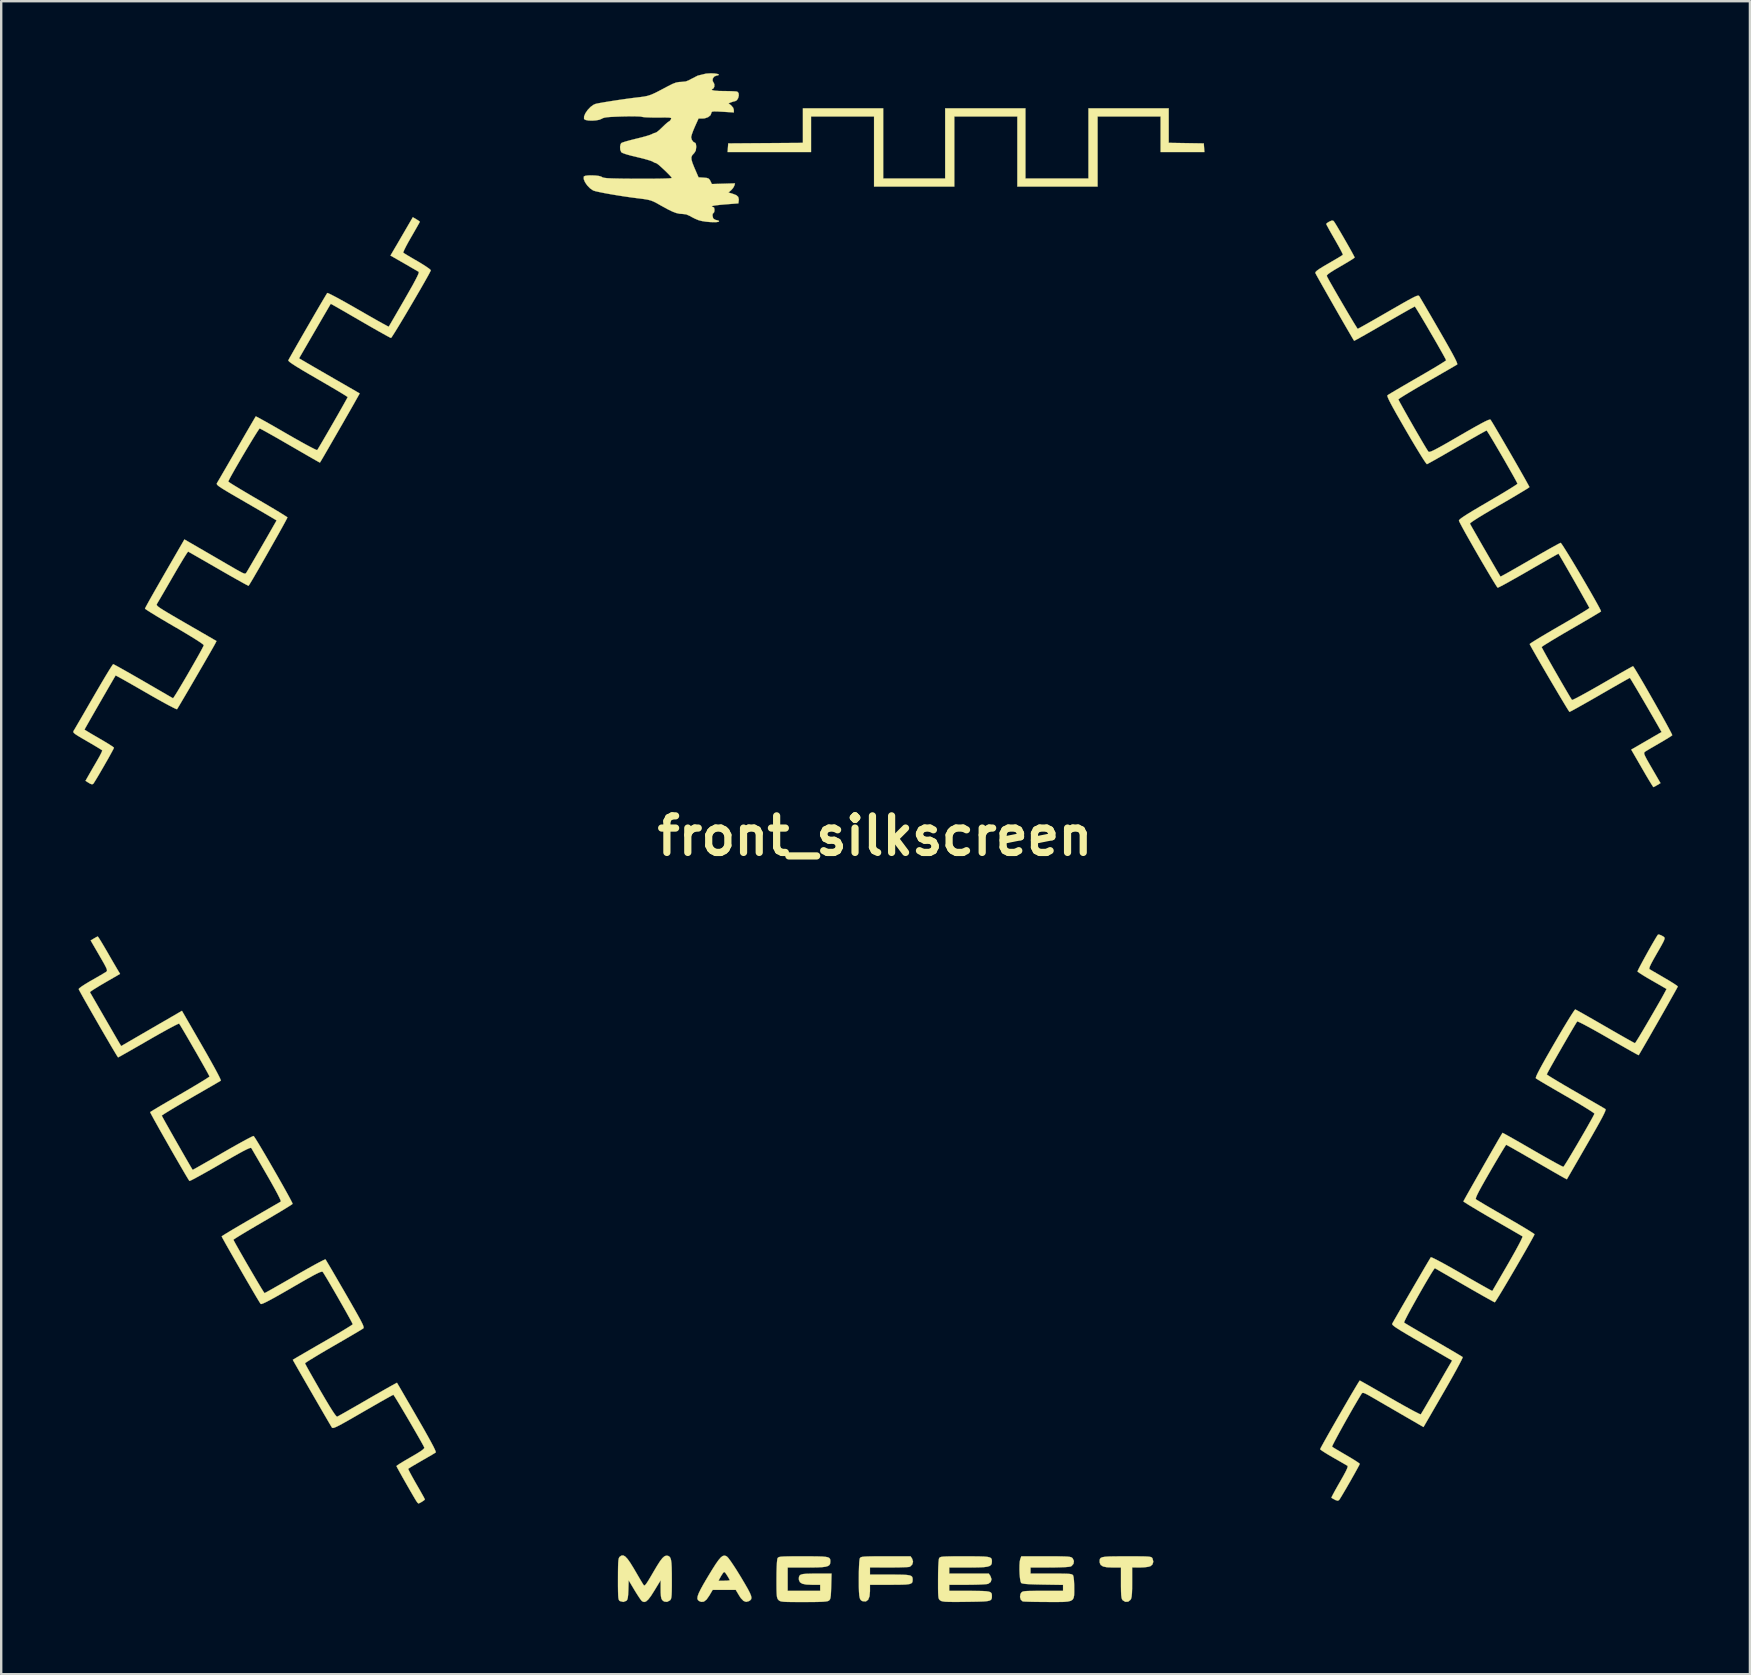
<source format=kicad_pcb>
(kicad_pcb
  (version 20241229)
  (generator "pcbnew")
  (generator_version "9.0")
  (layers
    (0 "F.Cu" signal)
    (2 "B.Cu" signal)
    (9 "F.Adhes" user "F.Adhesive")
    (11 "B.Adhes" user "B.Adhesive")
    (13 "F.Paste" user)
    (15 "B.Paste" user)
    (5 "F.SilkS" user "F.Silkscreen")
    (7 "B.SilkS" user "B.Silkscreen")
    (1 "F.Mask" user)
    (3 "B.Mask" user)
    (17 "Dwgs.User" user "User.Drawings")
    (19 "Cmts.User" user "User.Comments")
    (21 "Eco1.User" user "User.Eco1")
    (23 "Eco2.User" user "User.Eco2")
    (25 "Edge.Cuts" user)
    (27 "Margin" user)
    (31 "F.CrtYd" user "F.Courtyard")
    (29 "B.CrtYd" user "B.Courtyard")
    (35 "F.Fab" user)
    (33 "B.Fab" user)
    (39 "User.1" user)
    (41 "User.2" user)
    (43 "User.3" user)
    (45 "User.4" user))
  (footprint "front_silkscreen"
    (layer "F.Cu")
    (at 33.406 31.774)
    (property "Reference" "front_silkscreen" (at 0 0 0) (layer "F.SilkS") (effects (font (size 1.524 1.524) (thickness 0.3))))
    (attr through_hole)
    (fp_poly (pts (xy 0.339 -27.39) (xy 2.921 -27.39) (xy 2.921 -30.311) (xy 6.265 -30.311) (xy 6.265 -27.39) (xy 8.89 -27.39) (xy 8.89 -30.311) (xy 12.234 -30.311) (xy 12.234 -28.873) (xy 13.695 -28.85) (xy 13.708 -28.67) (xy 13.721 -28.49) (xy 11.896 -28.49) (xy 11.896 -29.972) (xy 9.271 -29.972) (xy 9.271 -27.051) (xy 5.927 -27.051) (xy 5.927 -29.972) (xy 3.302 -29.972) (xy 3.302 -27.051) (xy -0.042 -27.051) (xy -0.042 -29.972) (xy -2.667 -29.972) (xy -2.667 -28.49) (xy -6.143 -28.49) (xy -6.13 -28.67) (xy -6.117 -28.85) (xy -3.006 -28.872) (xy -3.006 -30.311) (xy 0.339 -30.311) (xy 0.339 -27.39)) (stroke (width 0.01) (type solid)) (fill yes) (layer "F.SilkS"))
    (fp_poly (pts (xy 10.806 30.015) (xy 11.052 30.016) (xy 11.235 30.019) (xy 11.365 30.025) (xy 11.451 30.035) (xy 11.504 30.049) (xy 11.535 30.069) (xy 11.554 30.094) (xy 11.558 30.101) (xy 11.593 30.237) (xy 11.555 30.356) (xy 11.472 30.425) (xy 11.379 30.451) (xy 11.231 30.471) (xy 11.059 30.479) (xy 11.038 30.479) (xy 10.71 30.48) (xy 10.71 31.106) (xy 10.709 31.365) (xy 10.702 31.553) (xy 10.69 31.684) (xy 10.671 31.77) (xy 10.644 31.825) (xy 10.546 31.903) (xy 10.427 31.91) (xy 10.318 31.845) (xy 10.315 31.842) (xy 10.287 31.799) (xy 10.268 31.732) (xy 10.255 31.627) (xy 10.248 31.472) (xy 10.245 31.251) (xy 10.245 31.122) (xy 10.245 30.48) (xy 9.894 30.48) (xy 9.66 30.47) (xy 9.499 30.437) (xy 9.402 30.376) (xy 9.36 30.283) (xy 9.356 30.232) (xy 9.358 30.167) (xy 9.372 30.116) (xy 9.407 30.078) (xy 9.473 30.051) (xy 9.578 30.033) (xy 9.732 30.022) (xy 9.946 30.017) (xy 10.227 30.015) (xy 10.484 30.014) (xy 10.806 30.015)) (stroke (width 0.01) (type solid)) (fill yes) (layer "F.SilkS"))
    (fp_poly (pts (xy -6.216 29.999) (xy -6.168 30.026) (xy -6.114 30.083) (xy -6.026 30.201) (xy -5.912 30.368) (xy -5.779 30.572) (xy -5.636 30.803) (xy -5.588 30.881) (xy -5.423 31.16) (xy -5.299 31.376) (xy -5.215 31.539) (xy -5.166 31.658) (xy -5.15 31.744) (xy -5.164 31.804) (xy -5.205 31.849) (xy -5.256 31.881) (xy -5.372 31.912) (xy -5.481 31.871) (xy -5.593 31.755) (xy -5.664 31.646) (xy -5.804 31.411) (xy -6.764 31.411) (xy -6.908 31.655) (xy -7.023 31.818) (xy -7.133 31.902) (xy -7.245 31.912) (xy -7.334 31.875) (xy -7.382 31.832) (xy -7.403 31.77) (xy -7.392 31.681) (xy -7.348 31.556) (xy -7.266 31.388) (xy -7.144 31.167) (xy -7.063 31.03) (xy -6.522 31.03) (xy -6.288 31.03) (xy -6.16 31.027) (xy -6.075 31.017) (xy -6.054 31.008) (xy -6.074 30.963) (xy -6.127 30.871) (xy -6.165 30.81) (xy -6.233 30.708) (xy -6.275 30.668) (xy -6.309 30.681) (xy -6.338 30.716) (xy -6.404 30.815) (xy -6.46 30.914) (xy -6.522 31.03) (xy -7.063 31.03) (xy -6.978 30.885) (xy -6.951 30.84) (xy -6.775 30.551) (xy -6.634 30.33) (xy -6.52 30.169) (xy -6.428 30.062) (xy -6.351 30.003) (xy -6.282 29.984) (xy -6.216 29.999)) (stroke (width 0.01) (type solid)) (fill yes) (layer "F.SilkS"))
    (fp_poly (pts (xy 1.546 30.115) (xy 1.582 30.235) (xy 1.551 30.353) (xy 1.466 30.438) (xy 1.424 30.455) (xy 1.353 30.462) (xy 1.214 30.469) (xy 1.021 30.475) (xy 0.789 30.478) (xy 0.561 30.479) (xy -0.212 30.48) (xy -0.212 30.776) (xy 0.627 30.776) (xy 0.932 30.777) (xy 1.163 30.781) (xy 1.33 30.791) (xy 1.443 30.809) (xy 1.513 30.837) (xy 1.55 30.877) (xy 1.564 30.933) (xy 1.566 30.988) (xy 1.562 31.057) (xy 1.544 31.109) (xy 1.501 31.146) (xy 1.422 31.172) (xy 1.298 31.188) (xy 1.118 31.196) (xy 0.871 31.199) (xy 0.627 31.2) (xy -0.212 31.2) (xy -0.212 31.467) (xy -0.231 31.68) (xy -0.288 31.823) (xy -0.381 31.893) (xy -0.508 31.887) (xy -0.508 31.887) (xy -0.565 31.862) (xy -0.608 31.821) (xy -0.638 31.752) (xy -0.658 31.644) (xy -0.67 31.485) (xy -0.676 31.265) (xy -0.677 30.972) (xy -0.677 30.956) (xy -0.675 30.68) (xy -0.668 30.443) (xy -0.658 30.257) (xy -0.644 30.136) (xy -0.634 30.096) (xy -0.616 30.071) (xy -0.586 30.051) (xy -0.534 30.037) (xy -0.45 30.027) (xy -0.324 30.02) (xy -0.144 30.016) (xy 0.098 30.015) (xy 0.415 30.014) (xy 0.445 30.014) (xy 1.48 30.014) (xy 1.546 30.115)) (stroke (width 0.01) (type solid)) (fill yes) (layer "F.SilkS"))
    (fp_poly (pts (xy -2.654 30.015) (xy -2.391 30.018) (xy -2.194 30.024) (xy -2.053 30.037) (xy -1.959 30.057) (xy -1.903 30.087) (xy -1.874 30.128) (xy -1.864 30.182) (xy -1.863 30.232) (xy -1.87 30.312) (xy -1.898 30.372) (xy -1.957 30.416) (xy -2.057 30.447) (xy -2.207 30.466) (xy -2.418 30.476) (xy -2.699 30.48) (xy -2.846 30.48) (xy -3.641 30.48) (xy -3.641 31.454) (xy -2.286 31.454) (xy -2.286 31.2) (xy -2.636 31.2) (xy -2.87 31.19) (xy -3.031 31.156) (xy -3.128 31.095) (xy -3.171 31.003) (xy -3.175 30.952) (xy -3.17 30.873) (xy -3.145 30.816) (xy -3.091 30.777) (xy -2.995 30.752) (xy -2.845 30.74) (xy -2.629 30.735) (xy -2.443 30.734) (xy -1.813 30.734) (xy -1.827 31.267) (xy -1.835 31.492) (xy -1.844 31.647) (xy -1.859 31.749) (xy -1.88 31.811) (xy -1.912 31.85) (xy -1.924 31.859) (xy -1.968 31.88) (xy -2.046 31.895) (xy -2.166 31.906) (xy -2.34 31.913) (xy -2.575 31.918) (xy -2.884 31.919) (xy -2.971 31.919) (xy -3.283 31.919) (xy -3.521 31.917) (xy -3.696 31.913) (xy -3.821 31.906) (xy -3.905 31.894) (xy -3.96 31.878) (xy -3.998 31.856) (xy -4.022 31.835) (xy -4.052 31.799) (xy -4.073 31.753) (xy -4.089 31.684) (xy -4.098 31.579) (xy -4.104 31.426) (xy -4.106 31.212) (xy -4.106 30.964) (xy -4.104 30.685) (xy -4.097 30.447) (xy -4.087 30.26) (xy -4.073 30.137) (xy -4.063 30.096) (xy -4.045 30.071) (xy -4.015 30.051) (xy -3.963 30.036) (xy -3.879 30.026) (xy -3.752 30.02) (xy -3.571 30.016) (xy -3.328 30.015) (xy -3.01 30.014) (xy -2.991 30.014) (xy -2.654 30.015)) (stroke (width 0.01) (type solid)) (fill yes) (layer "F.SilkS"))
    (fp_poly (pts (xy 4.077 30.015) (xy 4.34 30.018) (xy 4.537 30.024) (xy 4.678 30.037) (xy 4.772 30.057) (xy 4.828 30.087) (xy 4.857 30.128) (xy 4.867 30.182) (xy 4.868 30.232) (xy 4.861 30.312) (xy 4.833 30.372) (xy 4.774 30.416) (xy 4.674 30.447) (xy 4.524 30.466) (xy 4.313 30.476) (xy 4.032 30.48) (xy 3.885 30.48) (xy 3.09 30.48) (xy 3.09 30.734) (xy 4.739 30.734) (xy 4.807 30.838) (xy 4.852 30.966) (xy 4.821 31.079) (xy 4.72 31.157) (xy 4.714 31.16) (xy 4.638 31.173) (xy 4.494 31.184) (xy 4.297 31.193) (xy 4.064 31.198) (xy 3.85 31.2) (xy 3.09 31.2) (xy 3.09 31.454) (xy 3.929 31.454) (xy 4.234 31.455) (xy 4.465 31.459) (xy 4.632 31.469) (xy 4.745 31.486) (xy 4.815 31.514) (xy 4.852 31.554) (xy 4.866 31.61) (xy 4.868 31.663) (xy 4.866 31.735) (xy 4.854 31.791) (xy 4.823 31.832) (xy 4.763 31.862) (xy 4.664 31.882) (xy 4.517 31.895) (xy 4.311 31.902) (xy 4.037 31.907) (xy 3.801 31.91) (xy 3.479 31.914) (xy 3.232 31.914) (xy 3.047 31.911) (xy 2.914 31.905) (xy 2.823 31.893) (xy 2.762 31.877) (xy 2.721 31.856) (xy 2.72 31.855) (xy 2.687 31.829) (xy 2.662 31.795) (xy 2.645 31.743) (xy 2.635 31.658) (xy 2.628 31.531) (xy 2.625 31.347) (xy 2.625 31.095) (xy 2.625 30.983) (xy 2.627 30.699) (xy 2.634 30.457) (xy 2.644 30.267) (xy 2.657 30.141) (xy 2.668 30.096) (xy 2.686 30.071) (xy 2.716 30.051) (xy 2.768 30.036) (xy 2.852 30.026) (xy 2.979 30.02) (xy 3.16 30.016) (xy 3.403 30.015) (xy 3.721 30.014) (xy 3.74 30.014) (xy 4.077 30.015)) (stroke (width 0.01) (type solid)) (fill yes) (layer "F.SilkS"))
    (fp_poly (pts (xy 7.449 30.015) (xy 7.698 30.016) (xy 7.883 30.02) (xy 8.016 30.026) (xy 8.107 30.037) (xy 8.166 30.051) (xy 8.204 30.071) (xy 8.232 30.097) (xy 8.232 30.097) (xy 8.285 30.209) (xy 8.267 30.325) (xy 8.188 30.418) (xy 8.145 30.439) (xy 8.069 30.452) (xy 7.925 30.464) (xy 7.727 30.472) (xy 7.491 30.478) (xy 7.257 30.48) (xy 6.477 30.48) (xy 6.477 30.734) (xy 7.343 30.734) (xy 7.636 30.734) (xy 7.855 30.736) (xy 8.012 30.741) (xy 8.119 30.749) (xy 8.186 30.762) (xy 8.225 30.781) (xy 8.248 30.806) (xy 8.254 30.816) (xy 8.272 30.892) (xy 8.287 31.03) (xy 8.296 31.207) (xy 8.297 31.324) (xy 8.298 31.502) (xy 8.293 31.641) (xy 8.273 31.745) (xy 8.23 31.819) (xy 8.152 31.869) (xy 8.032 31.898) (xy 7.859 31.913) (xy 7.625 31.917) (xy 7.319 31.917) (xy 7.165 31.916) (xy 6.886 31.914) (xy 6.633 31.911) (xy 6.42 31.906) (xy 6.26 31.9) (xy 6.165 31.894) (xy 6.146 31.89) (xy 6.071 31.82) (xy 6.039 31.708) (xy 6.056 31.59) (xy 6.075 31.554) (xy 6.099 31.52) (xy 6.129 31.495) (xy 6.176 31.477) (xy 6.252 31.465) (xy 6.369 31.458) (xy 6.539 31.455) (xy 6.774 31.454) (xy 6.986 31.454) (xy 7.832 31.454) (xy 7.832 31.205) (xy 6.987 31.192) (xy 6.671 31.185) (xy 6.431 31.176) (xy 6.26 31.164) (xy 6.15 31.148) (xy 6.093 31.128) (xy 6.087 31.124) (xy 6.06 31.055) (xy 6.038 30.924) (xy 6.023 30.754) (xy 6.016 30.567) (xy 6.018 30.386) (xy 6.028 30.233) (xy 6.049 30.131) (xy 6.049 30.131) (xy 6.094 30.014) (xy 7.126 30.014) (xy 7.449 30.015)) (stroke (width 0.01) (type solid)) (fill yes) (layer "F.SilkS"))
    (fp_poly (pts (xy -10.409 30.021) (xy -10.311 30.124) (xy -10.193 30.291) (xy -10.047 30.528) (xy -9.992 30.623) (xy -9.879 30.817) (xy -9.778 30.989) (xy -9.698 31.122) (xy -9.647 31.203) (xy -9.639 31.215) (xy -9.615 31.23) (xy -9.58 31.213) (xy -9.53 31.154) (xy -9.458 31.045) (xy -9.357 30.878) (xy -9.234 30.666) (xy -9.082 30.41) (xy -8.961 30.221) (xy -8.863 30.093) (xy -8.781 30.018) (xy -8.707 29.987) (xy -8.635 29.992) (xy -8.614 29.999) (xy -8.565 30.028) (xy -8.528 30.08) (xy -8.501 30.164) (xy -8.483 30.293) (xy -8.473 30.475) (xy -8.468 30.724) (xy -8.467 30.979) (xy -8.467 31.261) (xy -8.47 31.471) (xy -8.476 31.62) (xy -8.486 31.721) (xy -8.502 31.786) (xy -8.524 31.828) (xy -8.544 31.849) (xy -8.665 31.912) (xy -8.788 31.898) (xy -8.862 31.842) (xy -8.899 31.78) (xy -8.92 31.681) (xy -8.931 31.527) (xy -8.932 31.388) (xy -8.932 31.011) (xy -9.196 31.445) (xy -9.335 31.664) (xy -9.448 31.812) (xy -9.542 31.895) (xy -9.624 31.918) (xy -9.701 31.888) (xy -9.718 31.875) (xy -9.766 31.817) (xy -9.844 31.704) (xy -9.941 31.553) (xy -10.025 31.416) (xy -10.266 31.012) (xy -10.277 31.413) (xy -10.287 31.613) (xy -10.302 31.746) (xy -10.326 31.825) (xy -10.36 31.866) (xy -10.486 31.915) (xy -10.623 31.881) (xy -10.636 31.874) (xy -10.661 31.852) (xy -10.68 31.813) (xy -10.694 31.745) (xy -10.702 31.637) (xy -10.707 31.477) (xy -10.71 31.256) (xy -10.71 30.968) (xy -10.709 30.668) (xy -10.706 30.443) (xy -10.7 30.279) (xy -10.69 30.167) (xy -10.675 30.094) (xy -10.654 30.051) (xy -10.644 30.039) (xy -10.569 29.984) (xy -10.493 29.976) (xy -10.409 30.021)) (stroke (width 0.01) (type solid)) (fill yes) (layer "F.SilkS"))
    (fp_poly (pts (xy -6.691 -31.763) (xy -6.579 -31.747) (xy -6.515 -31.724) (xy -6.511 -31.7) (xy -6.575 -31.679) (xy -6.614 -31.673) (xy -6.707 -31.63) (xy -6.763 -31.545) (xy -6.766 -31.45) (xy -6.736 -31.4) (xy -6.695 -31.317) (xy -6.695 -31.218) (xy -6.731 -31.143) (xy -6.752 -31.13) (xy -6.807 -31.096) (xy -6.782 -31.068) (xy -6.68 -31.047) (xy -6.507 -31.034) (xy -6.287 -31.03) (xy -6.089 -31.028) (xy -5.917 -31.022) (xy -5.793 -31.014) (xy -5.74 -31.005) (xy -5.686 -30.946) (xy -5.677 -30.848) (xy -5.702 -30.74) (xy -5.757 -30.65) (xy -5.832 -30.608) (xy -5.842 -30.607) (xy -5.906 -30.593) (xy -5.992 -30.564) (xy -6.105 -30.521) (xy -5.995 -30.434) (xy -5.91 -30.334) (xy -5.884 -30.243) (xy -5.884 -30.14) (xy -6.35 -30.168) (xy -6.555 -30.179) (xy -6.69 -30.182) (xy -6.769 -30.176) (xy -6.806 -30.159) (xy -6.816 -30.13) (xy -6.816 -30.128) (xy -6.854 -30.026) (xy -6.955 -29.943) (xy -7.097 -29.894) (xy -7.177 -29.887) (xy -7.354 -29.887) (xy -7.508 -29.545) (xy -7.578 -29.379) (xy -7.632 -29.231) (xy -7.66 -29.126) (xy -7.662 -29.104) (xy -7.636 -29.002) (xy -7.572 -28.914) (xy -7.497 -28.872) (xy -7.49 -28.871) (xy -7.466 -28.834) (xy -7.452 -28.739) (xy -7.451 -28.696) (xy -7.469 -28.552) (xy -7.533 -28.447) (xy -7.556 -28.423) (xy -7.621 -28.351) (xy -7.652 -28.273) (xy -7.647 -28.173) (xy -7.607 -28.034) (xy -7.529 -27.84) (xy -7.508 -27.791) (xy -7.354 -27.436) (xy -7.138 -27.423) (xy -7.005 -27.41) (xy -6.928 -27.38) (xy -6.879 -27.32) (xy -6.86 -27.284) (xy -6.799 -27.157) (xy -6.316 -27.171) (xy -5.834 -27.185) (xy -5.863 -27.086) (xy -5.916 -26.989) (xy -6 -26.896) (xy -6.109 -26.804) (xy -5.933 -26.752) (xy -5.781 -26.693) (xy -5.701 -26.62) (xy -5.677 -26.52) (xy -5.68 -26.471) (xy -5.694 -26.352) (xy -6.23 -26.31) (xy -6.436 -26.292) (xy -6.61 -26.272) (xy -6.736 -26.253) (xy -6.796 -26.238) (xy -6.798 -26.236) (xy -6.793 -26.21) (xy -6.759 -26.204) (xy -6.705 -26.175) (xy -6.689 -26.08) (xy -6.689 -26.077) (xy -6.701 -25.988) (xy -6.73 -25.95) (xy -6.731 -25.95) (xy -6.765 -25.916) (xy -6.771 -25.838) (xy -6.752 -25.752) (xy -6.723 -25.705) (xy -6.637 -25.66) (xy -6.598 -25.654) (xy -6.521 -25.632) (xy -6.498 -25.612) (xy -6.517 -25.585) (xy -6.6 -25.571) (xy -6.73 -25.568) (xy -6.888 -25.574) (xy -7.054 -25.59) (xy -7.211 -25.615) (xy -7.34 -25.647) (xy -7.355 -25.652) (xy -7.506 -25.715) (xy -7.645 -25.786) (xy -7.7 -25.82) (xy -7.865 -25.892) (xy -8.008 -25.91) (xy -8.143 -25.919) (xy -8.28 -25.949) (xy -8.433 -26.006) (xy -8.62 -26.096) (xy -8.856 -26.225) (xy -8.92 -26.26) (xy -9.092 -26.358) (xy -9.225 -26.426) (xy -9.344 -26.472) (xy -9.472 -26.505) (xy -9.632 -26.532) (xy -9.85 -26.56) (xy -9.885 -26.564) (xy -10.157 -26.599) (xy -10.446 -26.641) (xy -10.737 -26.686) (xy -11.016 -26.733) (xy -11.27 -26.779) (xy -11.484 -26.822) (xy -11.645 -26.858) (xy -11.737 -26.886) (xy -11.745 -26.889) (xy -11.877 -26.981) (xy -11.995 -27.103) (xy -12.086 -27.238) (xy -12.137 -27.364) (xy -12.135 -27.462) (xy -12.129 -27.474) (xy -12.071 -27.5) (xy -11.955 -27.515) (xy -11.805 -27.518) (xy -11.648 -27.511) (xy -11.508 -27.494) (xy -11.41 -27.467) (xy -11.389 -27.454) (xy -11.347 -27.431) (xy -11.273 -27.414) (xy -11.156 -27.401) (xy -10.985 -27.392) (xy -10.748 -27.386) (xy -10.496 -27.382) (xy -10.059 -27.378) (xy -9.66 -27.377) (xy -9.308 -27.378) (xy -9.008 -27.381) (xy -8.767 -27.386) (xy -8.593 -27.393) (xy -8.491 -27.402) (xy -8.467 -27.41) (xy -8.496 -27.455) (xy -8.573 -27.539) (xy -8.681 -27.648) (xy -8.804 -27.766) (xy -8.926 -27.878) (xy -9.029 -27.967) (xy -9.099 -28.018) (xy -9.115 -28.025) (xy -9.187 -28.047) (xy -9.259 -28.089) (xy -9.332 -28.121) (xy -9.471 -28.165) (xy -9.656 -28.217) (xy -9.87 -28.269) (xy -9.935 -28.284) (xy -10.172 -28.342) (xy -10.366 -28.396) (xy -10.503 -28.444) (xy -10.571 -28.481) (xy -10.573 -28.483) (xy -10.614 -28.581) (xy -10.623 -28.706) (xy -10.601 -28.817) (xy -10.569 -28.866) (xy -10.508 -28.892) (xy -10.382 -28.932) (xy -10.208 -28.98) (xy -10.004 -29.032) (xy -9.966 -29.041) (xy -9.751 -29.094) (xy -9.558 -29.146) (xy -9.405 -29.193) (xy -9.313 -29.228) (xy -9.307 -29.232) (xy -9.21 -29.277) (xy -9.143 -29.295) (xy -9.091 -29.323) (xy -8.998 -29.397) (xy -8.884 -29.504) (xy -8.86 -29.527) (xy -8.745 -29.638) (xy -8.651 -29.72) (xy -8.596 -29.759) (xy -8.591 -29.76) (xy -8.545 -29.793) (xy -8.508 -29.847) (xy -8.493 -29.881) (xy -8.497 -29.905) (xy -8.533 -29.919) (xy -8.613 -29.927) (xy -8.749 -29.929) (xy -8.953 -29.928) (xy -9.053 -29.927) (xy -9.273 -29.928) (xy -9.465 -29.933) (xy -9.613 -29.941) (xy -9.698 -29.953) (xy -9.709 -29.957) (xy -9.77 -29.968) (xy -9.901 -29.975) (xy -10.087 -29.977) (xy -10.312 -29.976) (xy -10.527 -29.972) (xy -10.809 -29.962) (xy -11.019 -29.952) (xy -11.17 -29.939) (xy -11.275 -29.922) (xy -11.345 -29.9) (xy -11.387 -29.876) (xy -11.485 -29.835) (xy -11.626 -29.809) (xy -11.784 -29.798) (xy -11.936 -29.803) (xy -12.056 -29.825) (xy -12.121 -29.863) (xy -12.124 -29.869) (xy -12.123 -29.973) (xy -12.068 -30.105) (xy -11.972 -30.244) (xy -11.852 -30.37) (xy -11.722 -30.463) (xy -11.63 -30.5) (xy -11.485 -30.529) (xy -11.275 -30.566) (xy -11.021 -30.607) (xy -10.744 -30.65) (xy -10.462 -30.691) (xy -10.197 -30.728) (xy -9.967 -30.757) (xy -9.948 -30.759) (xy -9.763 -30.781) (xy -9.615 -30.802) (xy -9.488 -30.828) (xy -9.368 -30.865) (xy -9.236 -30.919) (xy -9.078 -30.995) (xy -8.877 -31.1) (xy -8.623 -31.235) (xy -8.437 -31.328) (xy -8.294 -31.383) (xy -8.166 -31.407) (xy -8.072 -31.411) (xy -7.883 -31.43) (xy -7.732 -31.493) (xy -7.704 -31.51) (xy -7.389 -31.672) (xy -7.041 -31.757) (xy -6.839 -31.769) (xy -6.691 -31.763)) (stroke (width 0.01) (type solid)) (fill yes) (layer "F.SilkS"))
    (fp_poly (pts (xy -19.111 -25.689) (xy -19.019 -25.631) (xy -18.969 -25.591) (xy -18.965 -25.585) (xy -18.986 -25.544) (xy -19.042 -25.443) (xy -19.127 -25.293) (xy -19.234 -25.107) (xy -19.326 -24.947) (xy -19.444 -24.741) (xy -19.541 -24.561) (xy -19.612 -24.418) (xy -19.651 -24.325) (xy -19.655 -24.296) (xy -19.608 -24.265) (xy -19.502 -24.199) (xy -19.349 -24.108) (xy -19.163 -23.999) (xy -19.058 -23.939) (xy -18.863 -23.822) (xy -18.7 -23.717) (xy -18.58 -23.633) (xy -18.515 -23.576) (xy -18.508 -23.561) (xy -18.535 -23.502) (xy -18.598 -23.382) (xy -18.692 -23.213) (xy -18.812 -23.002) (xy -18.951 -22.759) (xy -19.104 -22.496) (xy -19.265 -22.22) (xy -19.429 -21.942) (xy -19.589 -21.671) (xy -19.741 -21.418) (xy -19.878 -21.191) (xy -19.995 -21.001) (xy -20.086 -20.857) (xy -20.145 -20.769) (xy -20.166 -20.745) (xy -20.213 -20.765) (xy -20.324 -20.824) (xy -20.49 -20.916) (xy -20.703 -21.035) (xy -20.953 -21.178) (xy -21.232 -21.338) (xy -21.442 -21.46) (xy -21.734 -21.629) (xy -22.001 -21.784) (xy -22.235 -21.919) (xy -22.428 -22.03) (xy -22.572 -22.111) (xy -22.656 -22.158) (xy -22.676 -22.168) (xy -22.698 -22.131) (xy -22.758 -22.03) (xy -22.849 -21.873) (xy -22.968 -21.67) (xy -23.108 -21.429) (xy -23.264 -21.159) (xy -23.34 -21.029) (xy -23.997 -19.896) (xy -23.651 -19.693) (xy -23.513 -19.613) (xy -23.318 -19.499) (xy -23.081 -19.362) (xy -22.816 -19.209) (xy -22.541 -19.05) (xy -22.394 -18.966) (xy -22.144 -18.822) (xy -21.919 -18.692) (xy -21.729 -18.583) (xy -21.585 -18.499) (xy -21.496 -18.448) (xy -21.472 -18.434) (xy -21.49 -18.398) (xy -21.546 -18.298) (xy -21.633 -18.144) (xy -21.745 -17.945) (xy -21.878 -17.711) (xy -22.027 -17.452) (xy -22.184 -17.177) (xy -22.346 -16.896) (xy -22.506 -16.618) (xy -22.659 -16.353) (xy -22.799 -16.11) (xy -22.921 -15.899) (xy -23.02 -15.73) (xy -23.09 -15.612) (xy -23.125 -15.555) (xy -23.128 -15.551) (xy -23.165 -15.57) (xy -23.267 -15.627) (xy -23.424 -15.716) (xy -23.629 -15.834) (xy -23.874 -15.975) (xy -24.148 -16.134) (xy -24.363 -16.258) (xy -24.657 -16.428) (xy -24.928 -16.584) (xy -25.168 -16.72) (xy -25.368 -16.832) (xy -25.519 -16.915) (xy -25.612 -16.963) (xy -25.638 -16.974) (xy -25.668 -16.939) (xy -25.733 -16.842) (xy -25.827 -16.693) (xy -25.944 -16.504) (xy -26.077 -16.284) (xy -26.22 -16.046) (xy -26.366 -15.8) (xy -26.508 -15.556) (xy -26.641 -15.327) (xy -26.757 -15.122) (xy -26.851 -14.954) (xy -26.915 -14.832) (xy -26.944 -14.767) (xy -26.945 -14.762) (xy -26.91 -14.734) (xy -26.81 -14.668) (xy -26.653 -14.571) (xy -26.448 -14.447) (xy -26.204 -14.302) (xy -25.93 -14.14) (xy -25.72 -14.018) (xy -25.428 -13.848) (xy -25.16 -13.69) (xy -24.924 -13.549) (xy -24.73 -13.431) (xy -24.587 -13.341) (xy -24.501 -13.285) (xy -24.481 -13.268) (xy -24.5 -13.226) (xy -24.555 -13.121) (xy -24.641 -12.963) (xy -24.753 -12.76) (xy -24.885 -12.523) (xy -25.033 -12.262) (xy -25.189 -11.986) (xy -25.348 -11.705) (xy -25.506 -11.429) (xy -25.656 -11.167) (xy -25.794 -10.93) (xy -25.912 -10.726) (xy -26.007 -10.567) (xy -26.072 -10.461) (xy -26.1 -10.419) (xy -26.139 -10.436) (xy -26.243 -10.49) (xy -26.403 -10.578) (xy -26.61 -10.694) (xy -26.856 -10.833) (xy -27.132 -10.991) (xy -27.352 -11.118) (xy -27.647 -11.288) (xy -27.918 -11.444) (xy -28.156 -11.581) (xy -28.355 -11.695) (xy -28.503 -11.78) (xy -28.594 -11.831) (xy -28.618 -11.844) (xy -28.646 -11.812) (xy -28.71 -11.715) (xy -28.805 -11.564) (xy -28.925 -11.365) (xy -29.065 -11.13) (xy -29.219 -10.866) (xy -29.253 -10.807) (xy -29.411 -10.533) (xy -29.558 -10.279) (xy -29.688 -10.056) (xy -29.794 -9.874) (xy -29.871 -9.744) (xy -29.912 -9.675) (xy -29.915 -9.67) (xy -29.927 -9.645) (xy -29.926 -9.619) (xy -29.904 -9.586) (xy -29.855 -9.542) (xy -29.772 -9.483) (xy -29.647 -9.404) (xy -29.475 -9.3) (xy -29.249 -9.166) (xy -28.961 -8.999) (xy -28.704 -8.85) (xy -27.436 -8.117) (xy -27.493 -8.006) (xy -27.536 -7.928) (xy -27.613 -7.792) (xy -27.718 -7.608) (xy -27.846 -7.386) (xy -27.99 -7.136) (xy -28.146 -6.868) (xy -28.306 -6.592) (xy -28.465 -6.319) (xy -28.618 -6.057) (xy -28.759 -5.817) (xy -28.881 -5.61) (xy -28.979 -5.444) (xy -29.048 -5.33) (xy -29.08 -5.279) (xy -29.082 -5.277) (xy -29.125 -5.289) (xy -29.233 -5.34) (xy -29.396 -5.424) (xy -29.606 -5.537) (xy -29.855 -5.675) (xy -30.134 -5.833) (xy -30.372 -5.97) (xy -30.667 -6.14) (xy -30.939 -6.296) (xy -31.178 -6.432) (xy -31.375 -6.543) (xy -31.524 -6.625) (xy -31.614 -6.672) (xy -31.64 -6.683) (xy -31.666 -6.639) (xy -31.728 -6.534) (xy -31.818 -6.379) (xy -31.932 -6.183) (xy -32.061 -5.959) (xy -32.201 -5.717) (xy -32.344 -5.468) (xy -32.485 -5.223) (xy -32.617 -4.993) (xy -32.734 -4.788) (xy -32.83 -4.619) (xy -32.898 -4.499) (xy -32.932 -4.436) (xy -32.935 -4.43) (xy -32.901 -4.405) (xy -32.804 -4.345) (xy -32.659 -4.257) (xy -32.475 -4.15) (xy -32.322 -4.061) (xy -32.118 -3.942) (xy -31.943 -3.836) (xy -31.809 -3.75) (xy -31.727 -3.692) (xy -31.708 -3.672) (xy -31.728 -3.626) (xy -31.784 -3.52) (xy -31.867 -3.369) (xy -31.969 -3.186) (xy -32.084 -2.985) (xy -32.202 -2.78) (xy -32.316 -2.584) (xy -32.418 -2.412) (xy -32.501 -2.276) (xy -32.555 -2.191) (xy -32.57 -2.171) (xy -32.62 -2.147) (xy -32.698 -2.173) (xy -32.756 -2.207) (xy -32.894 -2.295) (xy -32.758 -2.534) (xy -32.675 -2.679) (xy -32.567 -2.866) (xy -32.452 -3.063) (xy -32.401 -3.152) (xy -32.31 -3.312) (xy -32.242 -3.444) (xy -32.203 -3.533) (xy -32.197 -3.561) (xy -32.239 -3.591) (xy -32.341 -3.655) (xy -32.491 -3.746) (xy -32.678 -3.856) (xy -32.828 -3.943) (xy -33.053 -4.074) (xy -33.213 -4.17) (xy -33.318 -4.239) (xy -33.378 -4.289) (xy -33.401 -4.326) (xy -33.397 -4.359) (xy -33.386 -4.381) (xy -33.352 -4.436) (xy -33.282 -4.556) (xy -33.18 -4.732) (xy -33.05 -4.954) (xy -32.899 -5.215) (xy -32.732 -5.505) (xy -32.555 -5.81) (xy -32.377 -6.116) (xy -32.212 -6.398) (xy -32.064 -6.647) (xy -31.938 -6.855) (xy -31.838 -7.015) (xy -31.771 -7.117) (xy -31.741 -7.154) (xy -31.741 -7.154) (xy -31.697 -7.134) (xy -31.588 -7.076) (xy -31.424 -6.985) (xy -31.213 -6.866) (xy -30.965 -6.725) (xy -30.687 -6.566) (xy -30.488 -6.451) (xy -30.197 -6.282) (xy -29.929 -6.127) (xy -29.694 -5.991) (xy -29.5 -5.878) (xy -29.355 -5.794) (xy -29.269 -5.745) (xy -29.249 -5.733) (xy -29.222 -5.764) (xy -29.161 -5.858) (xy -29.07 -6.004) (xy -28.957 -6.192) (xy -28.828 -6.409) (xy -28.688 -6.646) (xy -28.546 -6.892) (xy -28.406 -7.135) (xy -28.275 -7.365) (xy -28.159 -7.571) (xy -28.065 -7.742) (xy -28 -7.868) (xy -27.968 -7.936) (xy -27.966 -7.943) (xy -28.001 -7.981) (xy -28.106 -8.058) (xy -28.275 -8.168) (xy -28.505 -8.311) (xy -28.791 -8.484) (xy -29.127 -8.682) (xy -29.189 -8.717) (xy -29.481 -8.888) (xy -29.748 -9.046) (xy -29.982 -9.187) (xy -30.174 -9.305) (xy -30.315 -9.395) (xy -30.398 -9.452) (xy -30.416 -9.469) (xy -30.396 -9.513) (xy -30.337 -9.622) (xy -30.246 -9.788) (xy -30.125 -10.003) (xy -29.98 -10.258) (xy -29.815 -10.546) (xy -29.636 -10.858) (xy -29.595 -10.929) (xy -28.773 -12.351) (xy -28.113 -11.969) (xy -27.839 -11.81) (xy -27.532 -11.632) (xy -27.224 -11.453) (xy -26.946 -11.291) (xy -26.849 -11.236) (xy -26.626 -11.106) (xy -26.465 -11.016) (xy -26.355 -10.958) (xy -26.283 -10.93) (xy -26.238 -10.927) (xy -26.21 -10.944) (xy -26.186 -10.977) (xy -26.186 -10.977) (xy -26.149 -11.039) (xy -26.078 -11.159) (xy -25.98 -11.326) (xy -25.862 -11.528) (xy -25.73 -11.756) (xy -25.59 -11.997) (xy -25.449 -12.241) (xy -25.313 -12.477) (xy -25.189 -12.693) (xy -25.083 -12.879) (xy -25 -13.023) (xy -24.949 -13.114) (xy -24.934 -13.142) (xy -24.97 -13.165) (xy -25.07 -13.225) (xy -25.227 -13.318) (xy -25.432 -13.438) (xy -25.677 -13.581) (xy -25.954 -13.742) (xy -26.201 -13.885) (xy -26.539 -14.081) (xy -26.811 -14.239) (xy -27.022 -14.364) (xy -27.181 -14.461) (xy -27.294 -14.535) (xy -27.368 -14.589) (xy -27.409 -14.63) (xy -27.425 -14.661) (xy -27.422 -14.687) (xy -27.412 -14.706) (xy -27.378 -14.763) (xy -27.307 -14.884) (xy -27.205 -15.06) (xy -27.075 -15.283) (xy -26.924 -15.544) (xy -26.756 -15.834) (xy -26.585 -16.129) (xy -26.409 -16.434) (xy -26.246 -16.716) (xy -26.101 -16.965) (xy -25.979 -17.175) (xy -25.885 -17.335) (xy -25.824 -17.439) (xy -25.8 -17.478) (xy -25.762 -17.461) (xy -25.658 -17.406) (xy -25.499 -17.318) (xy -25.292 -17.202) (xy -25.045 -17.062) (xy -24.768 -16.903) (xy -24.53 -16.765) (xy -24.234 -16.595) (xy -23.961 -16.441) (xy -23.719 -16.307) (xy -23.518 -16.2) (xy -23.366 -16.122) (xy -23.271 -16.079) (xy -23.242 -16.072) (xy -23.211 -16.119) (xy -23.146 -16.227) (xy -23.052 -16.386) (xy -22.937 -16.583) (xy -22.806 -16.808) (xy -22.666 -17.05) (xy -22.524 -17.297) (xy -22.385 -17.539) (xy -22.257 -17.765) (xy -22.145 -17.963) (xy -22.056 -18.122) (xy -21.996 -18.232) (xy -21.972 -18.281) (xy -21.971 -18.282) (xy -22.007 -18.308) (xy -22.107 -18.372) (xy -22.264 -18.468) (xy -22.47 -18.591) (xy -22.715 -18.735) (xy -22.991 -18.896) (xy -23.22 -19.029) (xy -23.585 -19.241) (xy -23.88 -19.415) (xy -24.108 -19.554) (xy -24.274 -19.661) (xy -24.383 -19.739) (xy -24.437 -19.789) (xy -24.445 -19.81) (xy -24.419 -19.861) (xy -24.356 -19.974) (xy -24.262 -20.14) (xy -24.143 -20.349) (xy -24.005 -20.59) (xy -23.853 -20.855) (xy -23.693 -21.132) (xy -23.531 -21.412) (xy -23.373 -21.685) (xy -23.224 -21.941) (xy -23.09 -22.17) (xy -22.977 -22.362) (xy -22.89 -22.507) (xy -22.836 -22.596) (xy -22.821 -22.618) (xy -22.778 -22.606) (xy -22.671 -22.555) (xy -22.508 -22.471) (xy -22.297 -22.357) (xy -22.049 -22.22) (xy -21.77 -22.062) (xy -21.531 -21.925) (xy -21.236 -21.755) (xy -20.964 -21.6) (xy -20.725 -21.464) (xy -20.526 -21.353) (xy -20.377 -21.272) (xy -20.286 -21.224) (xy -20.261 -21.214) (xy -20.237 -21.253) (xy -20.176 -21.357) (xy -20.084 -21.516) (xy -19.965 -21.721) (xy -19.825 -21.963) (xy -19.669 -22.233) (xy -19.603 -22.347) (xy -19.412 -22.682) (xy -19.261 -22.949) (xy -19.149 -23.157) (xy -19.071 -23.31) (xy -19.025 -23.414) (xy -19.008 -23.476) (xy -19.015 -23.501) (xy -19.07 -23.534) (xy -19.184 -23.6) (xy -19.343 -23.692) (xy -19.532 -23.802) (xy -19.63 -23.858) (xy -20.188 -24.178) (xy -19.985 -24.525) (xy -19.877 -24.709) (xy -19.746 -24.935) (xy -19.61 -25.168) (xy -19.52 -25.323) (xy -19.257 -25.775) (xy -19.111 -25.689)) (stroke (width 0.01) (type solid)) (fill yes) (layer "F.SilkS"))
    (fp_poly (pts (xy -32.355 4.226) (xy -32.293 4.322) (xy -32.204 4.468) (xy -32.096 4.65) (xy -32.012 4.794) (xy -31.886 5.013) (xy -31.767 5.219) (xy -31.663 5.396) (xy -31.587 5.527) (xy -31.559 5.573) (xy -31.454 5.749) (xy -32.089 6.116) (xy -32.295 6.237) (xy -32.471 6.345) (xy -32.606 6.431) (xy -32.689 6.49) (xy -32.709 6.512) (xy -32.673 6.576) (xy -32.601 6.7) (xy -32.501 6.873) (xy -32.38 7.083) (xy -32.245 7.317) (xy -32.103 7.563) (xy -31.96 7.81) (xy -31.825 8.044) (xy -31.703 8.255) (xy -31.602 8.429) (xy -31.529 8.555) (xy -31.49 8.62) (xy -31.489 8.622) (xy -31.408 8.757) (xy -30.807 8.408) (xy -30.551 8.259) (xy -30.252 8.086) (xy -29.942 7.906) (xy -29.65 7.737) (xy -29.54 7.674) (xy -28.876 7.288) (xy -28.044 8.73) (xy -27.841 9.084) (xy -27.663 9.4) (xy -27.513 9.671) (xy -27.394 9.893) (xy -27.31 10.058) (xy -27.263 10.162) (xy -27.256 10.198) (xy -27.302 10.225) (xy -27.413 10.289) (xy -27.578 10.386) (xy -27.791 10.508) (xy -28.04 10.653) (xy -28.319 10.813) (xy -28.508 10.923) (xy -28.798 11.091) (xy -29.063 11.247) (xy -29.294 11.385) (xy -29.484 11.5) (xy -29.622 11.586) (xy -29.702 11.64) (xy -29.717 11.654) (xy -29.697 11.694) (xy -29.641 11.797) (xy -29.556 11.951) (xy -29.446 12.145) (xy -29.32 12.369) (xy -29.182 12.612) (xy -29.039 12.863) (xy -28.898 13.11) (xy -28.765 13.342) (xy -28.645 13.55) (xy -28.546 13.721) (xy -28.472 13.846) (xy -28.432 13.912) (xy -28.43 13.915) (xy -28.393 13.896) (xy -28.292 13.84) (xy -28.134 13.751) (xy -27.929 13.634) (xy -27.684 13.494) (xy -27.408 13.335) (xy -27.181 13.204) (xy -26.885 13.034) (xy -26.612 12.88) (xy -26.37 12.746) (xy -26.168 12.636) (xy -26.015 12.557) (xy -25.919 12.511) (xy -25.891 12.503) (xy -25.859 12.543) (xy -25.791 12.647) (xy -25.694 12.805) (xy -25.573 13.007) (xy -25.433 13.243) (xy -25.28 13.504) (xy -25.121 13.78) (xy -24.96 14.06) (xy -24.803 14.335) (xy -24.656 14.595) (xy -24.525 14.831) (xy -24.414 15.032) (xy -24.331 15.189) (xy -24.279 15.292) (xy -24.266 15.33) (xy -24.304 15.36) (xy -24.408 15.427) (xy -24.568 15.526) (xy -24.775 15.652) (xy -25.021 15.798) (xy -25.297 15.961) (xy -25.507 16.083) (xy -25.798 16.253) (xy -26.065 16.41) (xy -26.298 16.55) (xy -26.489 16.666) (xy -26.63 16.754) (xy -26.712 16.809) (xy -26.73 16.825) (xy -26.708 16.873) (xy -26.65 16.981) (xy -26.562 17.138) (xy -26.45 17.335) (xy -26.322 17.559) (xy -26.183 17.801) (xy -26.039 18.048) (xy -25.897 18.29) (xy -25.764 18.517) (xy -25.645 18.717) (xy -25.547 18.879) (xy -25.476 18.992) (xy -25.439 19.046) (xy -25.436 19.049) (xy -25.394 19.029) (xy -25.288 18.971) (xy -25.126 18.88) (xy -24.916 18.761) (xy -24.668 18.62) (xy -24.39 18.46) (xy -24.167 18.331) (xy -23.873 18.162) (xy -23.602 18.009) (xy -23.363 17.876) (xy -23.164 17.769) (xy -23.014 17.692) (xy -22.922 17.649) (xy -22.896 17.643) (xy -22.869 17.686) (xy -22.805 17.793) (xy -22.707 17.958) (xy -22.582 18.171) (xy -22.434 18.425) (xy -22.268 18.712) (xy -22.088 19.022) (xy -22.06 19.071) (xy -21.853 19.43) (xy -21.686 19.723) (xy -21.554 19.957) (xy -21.454 20.138) (xy -21.383 20.275) (xy -21.337 20.373) (xy -21.313 20.441) (xy -21.306 20.485) (xy -21.314 20.511) (xy -21.326 20.522) (xy -21.379 20.556) (xy -21.496 20.627) (xy -21.668 20.729) (xy -21.885 20.856) (xy -22.138 21.004) (xy -22.417 21.166) (xy -22.573 21.256) (xy -22.859 21.422) (xy -23.12 21.576) (xy -23.346 21.712) (xy -23.531 21.825) (xy -23.664 21.909) (xy -23.737 21.96) (xy -23.749 21.972) (xy -23.729 22.016) (xy -23.671 22.124) (xy -23.581 22.287) (xy -23.463 22.495) (xy -23.324 22.739) (xy -23.169 23.009) (xy -23.109 23.114) (xy -22.905 23.462) (xy -22.74 23.738) (xy -22.609 23.947) (xy -22.513 24.091) (xy -22.447 24.173) (xy -22.411 24.197) (xy -22.409 24.197) (xy -22.359 24.171) (xy -22.245 24.107) (xy -22.076 24.012) (xy -21.861 23.889) (xy -21.61 23.745) (xy -21.33 23.584) (xy -21.139 23.473) (xy -20.849 23.306) (xy -20.583 23.154) (xy -20.35 23.021) (xy -20.159 22.914) (xy -20.018 22.836) (xy -19.935 22.792) (xy -19.917 22.784) (xy -19.895 22.823) (xy -19.834 22.926) (xy -19.74 23.087) (xy -19.618 23.297) (xy -19.472 23.549) (xy -19.306 23.834) (xy -19.126 24.145) (xy -19.081 24.224) (xy -18.848 24.627) (xy -18.659 24.962) (xy -18.511 25.23) (xy -18.403 25.433) (xy -18.334 25.576) (xy -18.302 25.66) (xy -18.303 25.688) (xy -18.356 25.721) (xy -18.467 25.788) (xy -18.624 25.879) (xy -18.811 25.987) (xy -18.892 26.034) (xy -19.084 26.145) (xy -19.248 26.241) (xy -19.371 26.316) (xy -19.439 26.361) (xy -19.449 26.369) (xy -19.434 26.412) (xy -19.382 26.516) (xy -19.301 26.667) (xy -19.197 26.854) (xy -19.109 27.008) (xy -18.991 27.212) (xy -18.89 27.391) (xy -18.812 27.53) (xy -18.765 27.619) (xy -18.754 27.644) (xy -18.786 27.678) (xy -18.861 27.73) (xy -18.948 27.782) (xy -19.014 27.811) (xy -19.024 27.813) (xy -19.062 27.781) (xy -19.108 27.718) (xy -19.173 27.611) (xy -19.262 27.459) (xy -19.369 27.275) (xy -19.484 27.074) (xy -19.601 26.869) (xy -19.712 26.673) (xy -19.808 26.5) (xy -19.883 26.364) (xy -19.929 26.277) (xy -19.939 26.253) (xy -19.904 26.223) (xy -19.808 26.159) (xy -19.662 26.069) (xy -19.479 25.962) (xy -19.347 25.885) (xy -19.108 25.746) (xy -18.938 25.64) (xy -18.832 25.562) (xy -18.782 25.509) (xy -18.778 25.485) (xy -18.809 25.421) (xy -18.875 25.3) (xy -18.969 25.132) (xy -19.086 24.928) (xy -19.218 24.699) (xy -19.359 24.456) (xy -19.503 24.21) (xy -19.644 23.972) (xy -19.774 23.752) (xy -19.888 23.563) (xy -19.98 23.414) (xy -20.042 23.318) (xy -20.068 23.283) (xy -20.111 23.304) (xy -20.218 23.362) (xy -20.381 23.453) (xy -20.592 23.572) (xy -20.84 23.714) (xy -21.118 23.874) (xy -21.339 24.001) (xy -21.676 24.196) (xy -21.947 24.351) (xy -22.159 24.47) (xy -22.321 24.558) (xy -22.44 24.617) (xy -22.523 24.652) (xy -22.577 24.666) (xy -22.61 24.663) (xy -22.629 24.647) (xy -22.66 24.596) (xy -22.727 24.483) (xy -22.823 24.318) (xy -22.944 24.111) (xy -23.083 23.871) (xy -23.235 23.609) (xy -23.394 23.334) (xy -23.555 23.055) (xy -23.712 22.783) (xy -23.859 22.527) (xy -23.992 22.297) (xy -24.103 22.102) (xy -24.188 21.953) (xy -24.241 21.858) (xy -24.257 21.828) (xy -24.222 21.805) (xy -24.121 21.745) (xy -23.964 21.653) (xy -23.759 21.534) (xy -23.515 21.392) (xy -23.239 21.232) (xy -23.01 21.101) (xy -22.715 20.93) (xy -22.445 20.772) (xy -22.208 20.631) (xy -22.013 20.513) (xy -21.868 20.422) (xy -21.782 20.364) (xy -21.761 20.345) (xy -21.781 20.3) (xy -21.837 20.192) (xy -21.924 20.035) (xy -22.033 19.838) (xy -22.16 19.613) (xy -22.298 19.372) (xy -22.439 19.125) (xy -22.579 18.884) (xy -22.709 18.661) (xy -22.824 18.465) (xy -22.918 18.31) (xy -22.983 18.205) (xy -23.011 18.165) (xy -23.036 18.155) (xy -23.081 18.161) (xy -23.154 18.188) (xy -23.262 18.239) (xy -23.412 18.317) (xy -23.611 18.427) (xy -23.867 18.573) (xy -24.185 18.756) (xy -24.307 18.827) (xy -24.667 19.035) (xy -24.961 19.201) (xy -25.192 19.328) (xy -25.366 19.419) (xy -25.488 19.476) (xy -25.563 19.502) (xy -25.596 19.5) (xy -25.627 19.453) (xy -25.694 19.345) (xy -25.791 19.183) (xy -25.912 18.978) (xy -26.051 18.739) (xy -26.204 18.478) (xy -26.363 18.202) (xy -26.524 17.923) (xy -26.681 17.65) (xy -26.828 17.392) (xy -26.96 17.16) (xy -27.071 16.964) (xy -27.154 16.813) (xy -27.206 16.717) (xy -27.22 16.686) (xy -27.184 16.659) (xy -27.084 16.595) (xy -26.927 16.499) (xy -26.723 16.377) (xy -26.479 16.233) (xy -26.205 16.073) (xy -26.011 15.961) (xy -25.719 15.792) (xy -25.45 15.636) (xy -25.212 15.499) (xy -25.015 15.385) (xy -24.867 15.3) (xy -24.779 15.248) (xy -24.757 15.235) (xy -24.764 15.19) (xy -24.813 15.078) (xy -24.901 14.903) (xy -25.028 14.669) (xy -25.189 14.381) (xy -25.331 14.133) (xy -25.49 13.858) (xy -25.637 13.604) (xy -25.765 13.383) (xy -25.87 13.204) (xy -25.944 13.076) (xy -25.984 13.009) (xy -25.988 13.003) (xy -26.014 12.996) (xy -26.076 13.014) (xy -26.179 13.06) (xy -26.328 13.135) (xy -26.529 13.245) (xy -26.788 13.391) (xy -27.112 13.576) (xy -27.281 13.674) (xy -27.577 13.845) (xy -27.85 13.999) (xy -28.091 14.134) (xy -28.291 14.243) (xy -28.442 14.323) (xy -28.536 14.368) (xy -28.564 14.376) (xy -28.597 14.328) (xy -28.664 14.218) (xy -28.761 14.055) (xy -28.881 13.849) (xy -29.02 13.61) (xy -29.172 13.347) (xy -29.331 13.07) (xy -29.491 12.788) (xy -29.648 12.512) (xy -29.796 12.251) (xy -29.928 12.014) (xy -30.041 11.812) (xy -30.127 11.654) (xy -30.182 11.549) (xy -30.2 11.508) (xy -30.2 11.508) (xy -30.161 11.481) (xy -30.057 11.417) (xy -29.897 11.321) (xy -29.689 11.198) (xy -29.442 11.054) (xy -29.166 10.893) (xy -28.956 10.772) (xy -28.664 10.602) (xy -28.397 10.444) (xy -28.163 10.304) (xy -27.971 10.187) (xy -27.829 10.097) (xy -27.747 10.041) (xy -27.728 10.024) (xy -27.749 9.98) (xy -27.805 9.874) (xy -27.892 9.717) (xy -28.002 9.521) (xy -28.129 9.297) (xy -28.267 9.055) (xy -28.41 8.808) (xy -28.55 8.565) (xy -28.681 8.339) (xy -28.798 8.14) (xy -28.893 7.98) (xy -28.96 7.87) (xy -28.993 7.821) (xy -28.994 7.82) (xy -29.036 7.833) (xy -29.143 7.884) (xy -29.306 7.969) (xy -29.516 8.082) (xy -29.764 8.22) (xy -30.042 8.377) (xy -30.27 8.508) (xy -30.564 8.679) (xy -30.836 8.834) (xy -31.075 8.971) (xy -31.273 9.083) (xy -31.421 9.167) (xy -31.512 9.216) (xy -31.537 9.228) (xy -31.562 9.192) (xy -31.624 9.093) (xy -31.716 8.939) (xy -31.834 8.741) (xy -31.97 8.507) (xy -32.121 8.249) (xy -32.28 7.975) (xy -32.441 7.695) (xy -32.6 7.418) (xy -32.75 7.155) (xy -32.886 6.916) (xy -33.003 6.709) (xy -33.094 6.544) (xy -33.154 6.432) (xy -33.178 6.381) (xy -33.178 6.381) (xy -33.147 6.343) (xy -33.054 6.273) (xy -32.912 6.18) (xy -32.734 6.072) (xy -32.648 6.023) (xy -32.45 5.91) (xy -32.273 5.808) (xy -32.134 5.725) (xy -32.047 5.672) (xy -32.031 5.661) (xy -32.006 5.636) (xy -31.998 5.601) (xy -32.011 5.544) (xy -32.051 5.455) (xy -32.121 5.322) (xy -32.228 5.135) (xy -32.317 4.981) (xy -32.679 4.357) (xy -32.542 4.274) (xy -32.448 4.22) (xy -32.389 4.192) (xy -32.383 4.191) (xy -32.355 4.226)) (stroke (width 0.01) (type solid)) (fill yes) (layer "F.SilkS"))
    (fp_poly (pts (xy 32.758 4.146) (xy 32.85 4.199) (xy 32.862 4.208) (xy 32.887 4.234) (xy 32.894 4.27) (xy 32.88 4.327) (xy 32.84 4.418) (xy 32.768 4.552) (xy 32.661 4.741) (xy 32.574 4.891) (xy 32.436 5.133) (xy 32.339 5.312) (xy 32.281 5.435) (xy 32.256 5.512) (xy 32.263 5.55) (xy 32.266 5.553) (xy 32.321 5.586) (xy 32.434 5.653) (xy 32.593 5.745) (xy 32.782 5.855) (xy 32.882 5.914) (xy 33.076 6.028) (xy 33.241 6.13) (xy 33.364 6.211) (xy 33.433 6.262) (xy 33.443 6.275) (xy 33.423 6.316) (xy 33.366 6.42) (xy 33.278 6.578) (xy 33.164 6.78) (xy 33.031 7.017) (xy 32.883 7.278) (xy 32.725 7.555) (xy 32.565 7.836) (xy 32.406 8.113) (xy 32.256 8.376) (xy 32.118 8.615) (xy 31.999 8.82) (xy 31.905 8.982) (xy 31.841 9.091) (xy 31.812 9.136) (xy 31.774 9.118) (xy 31.672 9.063) (xy 31.513 8.975) (xy 31.307 8.858) (xy 31.061 8.718) (xy 30.784 8.56) (xy 30.545 8.422) (xy 30.24 8.247) (xy 29.962 8.091) (xy 29.718 7.957) (xy 29.518 7.85) (xy 29.368 7.775) (xy 29.277 7.735) (xy 29.252 7.731) (xy 29.22 7.779) (xy 29.153 7.888) (xy 29.059 8.046) (xy 28.942 8.244) (xy 28.811 8.47) (xy 28.671 8.712) (xy 28.529 8.959) (xy 28.39 9.201) (xy 28.262 9.426) (xy 28.151 9.623) (xy 28.064 9.781) (xy 28.006 9.889) (xy 27.984 9.936) (xy 27.984 9.936) (xy 28.019 9.965) (xy 28.12 10.03) (xy 28.277 10.126) (xy 28.481 10.249) (xy 28.724 10.393) (xy 28.998 10.553) (xy 29.18 10.658) (xy 29.47 10.826) (xy 29.739 10.981) (xy 29.977 11.118) (xy 30.174 11.232) (xy 30.321 11.318) (xy 30.41 11.37) (xy 30.431 11.383) (xy 30.437 11.409) (xy 30.418 11.47) (xy 30.373 11.572) (xy 30.299 11.72) (xy 30.192 11.918) (xy 30.049 12.174) (xy 29.869 12.491) (xy 29.655 12.863) (xy 28.822 14.307) (xy 28.709 14.249) (xy 28.645 14.213) (xy 28.518 14.141) (xy 28.337 14.038) (xy 28.114 13.909) (xy 27.857 13.761) (xy 27.577 13.599) (xy 27.458 13.53) (xy 27.176 13.367) (xy 26.918 13.218) (xy 26.693 13.09) (xy 26.51 12.986) (xy 26.377 12.912) (xy 26.304 12.874) (xy 26.293 12.869) (xy 26.266 12.905) (xy 26.203 13.004) (xy 26.108 13.16) (xy 25.987 13.362) (xy 25.845 13.601) (xy 25.688 13.87) (xy 25.624 13.981) (xy 25.432 14.314) (xy 25.281 14.582) (xy 25.168 14.789) (xy 25.09 14.942) (xy 25.044 15.048) (xy 25.026 15.112) (xy 25.032 15.138) (xy 25.08 15.17) (xy 25.192 15.238) (xy 25.359 15.338) (xy 25.573 15.464) (xy 25.824 15.61) (xy 26.102 15.771) (xy 26.278 15.873) (xy 26.567 16.04) (xy 26.83 16.194) (xy 27.06 16.331) (xy 27.247 16.445) (xy 27.383 16.531) (xy 27.46 16.583) (xy 27.474 16.596) (xy 27.454 16.644) (xy 27.396 16.753) (xy 27.306 16.915) (xy 27.191 17.12) (xy 27.055 17.358) (xy 26.904 17.62) (xy 26.745 17.895) (xy 26.582 18.174) (xy 26.421 18.448) (xy 26.268 18.706) (xy 26.129 18.94) (xy 26.008 19.139) (xy 25.913 19.293) (xy 25.848 19.394) (xy 25.819 19.431) (xy 25.819 19.431) (xy 25.774 19.411) (xy 25.665 19.352) (xy 25.501 19.261) (xy 25.29 19.143) (xy 25.042 19.002) (xy 24.764 18.842) (xy 24.564 18.727) (xy 24.272 18.558) (xy 24.004 18.403) (xy 23.769 18.267) (xy 23.574 18.155) (xy 23.43 18.071) (xy 23.344 18.022) (xy 23.324 18.01) (xy 23.295 18.04) (xy 23.232 18.134) (xy 23.141 18.28) (xy 23.028 18.469) (xy 22.899 18.688) (xy 22.761 18.928) (xy 22.619 19.177) (xy 22.481 19.425) (xy 22.35 19.66) (xy 22.235 19.872) (xy 22.141 20.05) (xy 22.075 20.183) (xy 22.041 20.261) (xy 22.04 20.276) (xy 22.084 20.305) (xy 22.193 20.371) (xy 22.357 20.468) (xy 22.568 20.592) (xy 22.816 20.737) (xy 23.092 20.898) (xy 23.262 20.996) (xy 23.551 21.163) (xy 23.816 21.318) (xy 24.049 21.454) (xy 24.241 21.567) (xy 24.383 21.652) (xy 24.465 21.703) (xy 24.482 21.715) (xy 24.469 21.758) (xy 24.418 21.865) (xy 24.332 22.03) (xy 24.217 22.244) (xy 24.076 22.498) (xy 23.914 22.786) (xy 23.735 23.098) (xy 23.683 23.188) (xy 22.849 24.629) (xy 22.188 24.246) (xy 21.913 24.087) (xy 21.607 23.909) (xy 21.298 23.73) (xy 21.02 23.569) (xy 20.923 23.512) (xy 20.7 23.383) (xy 20.539 23.292) (xy 20.428 23.235) (xy 20.356 23.207) (xy 20.312 23.204) (xy 20.284 23.221) (xy 20.26 23.254) (xy 20.163 23.413) (xy 20.046 23.611) (xy 19.913 23.839) (xy 19.772 24.086) (xy 19.628 24.341) (xy 19.487 24.593) (xy 19.356 24.831) (xy 19.24 25.045) (xy 19.145 25.224) (xy 19.077 25.357) (xy 19.042 25.433) (xy 19.04 25.447) (xy 19.086 25.478) (xy 19.192 25.543) (xy 19.344 25.633) (xy 19.529 25.742) (xy 19.632 25.802) (xy 19.826 25.916) (xy 19.991 26.018) (xy 20.114 26.098) (xy 20.183 26.15) (xy 20.193 26.162) (xy 20.173 26.209) (xy 20.117 26.315) (xy 20.034 26.466) (xy 19.932 26.649) (xy 19.818 26.851) (xy 19.7 27.056) (xy 19.586 27.253) (xy 19.483 27.427) (xy 19.401 27.564) (xy 19.345 27.651) (xy 19.329 27.672) (xy 19.275 27.698) (xy 19.189 27.673) (xy 19.156 27.656) (xy 19.065 27.607) (xy 19.013 27.576) (xy 19.012 27.575) (xy 19.026 27.536) (xy 19.077 27.435) (xy 19.158 27.285) (xy 19.262 27.099) (xy 19.365 26.919) (xy 19.504 26.675) (xy 19.601 26.495) (xy 19.661 26.369) (xy 19.688 26.29) (xy 19.685 26.248) (xy 19.678 26.241) (xy 19.623 26.208) (xy 19.508 26.142) (xy 19.349 26.05) (xy 19.161 25.943) (xy 19.083 25.898) (xy 18.892 25.787) (xy 18.731 25.688) (xy 18.613 25.61) (xy 18.55 25.561) (xy 18.543 25.551) (xy 18.563 25.507) (xy 18.62 25.4) (xy 18.709 25.24) (xy 18.823 25.036) (xy 18.957 24.799) (xy 19.107 24.537) (xy 19.265 24.261) (xy 19.427 23.981) (xy 19.587 23.705) (xy 19.739 23.443) (xy 19.878 23.206) (xy 19.999 23.003) (xy 20.095 22.843) (xy 20.161 22.736) (xy 20.192 22.692) (xy 20.193 22.691) (xy 20.233 22.711) (xy 20.338 22.769) (xy 20.499 22.86) (xy 20.708 22.979) (xy 20.955 23.121) (xy 21.232 23.281) (xy 21.459 23.412) (xy 21.754 23.581) (xy 22.026 23.734) (xy 22.266 23.867) (xy 22.465 23.974) (xy 22.615 24.051) (xy 22.708 24.094) (xy 22.735 24.1) (xy 22.763 24.056) (xy 22.828 23.948) (xy 22.923 23.787) (xy 23.042 23.582) (xy 23.181 23.344) (xy 23.326 23.093) (xy 23.48 22.826) (xy 23.624 22.576) (xy 23.751 22.356) (xy 23.855 22.177) (xy 23.929 22.05) (xy 23.965 21.989) (xy 24.043 21.859) (xy 22.776 21.126) (xy 22.43 20.925) (xy 22.152 20.762) (xy 21.935 20.632) (xy 21.772 20.53) (xy 21.658 20.454) (xy 21.586 20.397) (xy 21.55 20.358) (xy 21.543 20.331) (xy 21.545 20.325) (xy 21.591 20.242) (xy 21.671 20.102) (xy 21.778 19.915) (xy 21.907 19.69) (xy 22.053 19.438) (xy 22.209 19.168) (xy 22.371 18.89) (xy 22.531 18.615) (xy 22.685 18.351) (xy 22.826 18.109) (xy 22.949 17.899) (xy 23.049 17.73) (xy 23.119 17.613) (xy 23.153 17.557) (xy 23.156 17.554) (xy 23.199 17.566) (xy 23.307 17.616) (xy 23.47 17.7) (xy 23.681 17.813) (xy 23.93 17.951) (xy 24.208 18.108) (xy 24.447 18.245) (xy 24.742 18.416) (xy 25.014 18.571) (xy 25.253 18.707) (xy 25.451 18.818) (xy 25.599 18.9) (xy 25.69 18.948) (xy 25.715 18.958) (xy 25.739 18.92) (xy 25.799 18.816) (xy 25.891 18.658) (xy 26.01 18.454) (xy 26.15 18.212) (xy 26.307 17.942) (xy 26.373 17.828) (xy 26.548 17.521) (xy 26.699 17.251) (xy 26.82 17.026) (xy 26.909 16.853) (xy 26.962 16.737) (xy 26.975 16.686) (xy 26.974 16.685) (xy 26.928 16.658) (xy 26.818 16.594) (xy 26.652 16.498) (xy 26.44 16.375) (xy 26.19 16.231) (xy 25.912 16.07) (xy 25.721 15.96) (xy 25.431 15.791) (xy 25.166 15.635) (xy 24.935 15.497) (xy 24.745 15.382) (xy 24.607 15.295) (xy 24.527 15.242) (xy 24.511 15.227) (xy 24.532 15.187) (xy 24.588 15.084) (xy 24.676 14.926) (xy 24.79 14.724) (xy 24.924 14.488) (xy 25.072 14.227) (xy 25.229 13.951) (xy 25.389 13.67) (xy 25.548 13.393) (xy 25.698 13.13) (xy 25.836 12.892) (xy 25.954 12.686) (xy 26.048 12.525) (xy 26.113 12.416) (xy 26.141 12.371) (xy 26.178 12.389) (xy 26.28 12.444) (xy 26.439 12.533) (xy 26.645 12.649) (xy 26.89 12.789) (xy 27.166 12.948) (xy 27.394 13.08) (xy 27.689 13.25) (xy 27.962 13.405) (xy 28.203 13.54) (xy 28.404 13.651) (xy 28.555 13.732) (xy 28.649 13.778) (xy 28.677 13.788) (xy 28.707 13.749) (xy 28.772 13.648) (xy 28.867 13.496) (xy 28.983 13.303) (xy 29.116 13.08) (xy 29.258 12.84) (xy 29.402 12.592) (xy 29.544 12.348) (xy 29.675 12.119) (xy 29.789 11.916) (xy 29.881 11.75) (xy 29.943 11.633) (xy 29.969 11.575) (xy 29.97 11.572) (xy 29.935 11.54) (xy 29.835 11.471) (xy 29.679 11.372) (xy 29.475 11.247) (xy 29.231 11.101) (xy 28.958 10.94) (xy 28.776 10.835) (xy 28.485 10.667) (xy 28.217 10.511) (xy 27.98 10.373) (xy 27.784 10.257) (xy 27.638 10.169) (xy 27.551 10.115) (xy 27.531 10.101) (xy 27.529 10.069) (xy 27.553 9.997) (xy 27.607 9.881) (xy 27.693 9.716) (xy 27.813 9.496) (xy 27.97 9.216) (xy 28.167 8.872) (xy 28.304 8.636) (xy 28.487 8.322) (xy 28.658 8.032) (xy 28.813 7.776) (xy 28.946 7.559) (xy 29.053 7.391) (xy 29.128 7.279) (xy 29.167 7.23) (xy 29.17 7.229) (xy 29.217 7.253) (xy 29.327 7.313) (xy 29.493 7.406) (xy 29.705 7.527) (xy 29.954 7.669) (xy 30.232 7.829) (xy 30.421 7.938) (xy 30.712 8.106) (xy 30.979 8.259) (xy 31.214 8.393) (xy 31.408 8.502) (xy 31.552 8.582) (xy 31.638 8.627) (xy 31.658 8.636) (xy 31.686 8.601) (xy 31.748 8.504) (xy 31.84 8.355) (xy 31.954 8.165) (xy 32.085 7.944) (xy 32.225 7.705) (xy 32.37 7.456) (xy 32.512 7.21) (xy 32.646 6.977) (xy 32.765 6.768) (xy 32.862 6.593) (xy 32.932 6.463) (xy 32.969 6.389) (xy 32.972 6.376) (xy 32.932 6.353) (xy 32.831 6.294) (xy 32.682 6.208) (xy 32.498 6.103) (xy 32.37 6.029) (xy 32.169 5.913) (xy 31.996 5.808) (xy 31.863 5.723) (xy 31.782 5.666) (xy 31.765 5.649) (xy 31.781 5.605) (xy 31.832 5.501) (xy 31.911 5.351) (xy 32.009 5.169) (xy 32.12 4.967) (xy 32.235 4.759) (xy 32.348 4.56) (xy 32.451 4.382) (xy 32.536 4.238) (xy 32.596 4.143) (xy 32.619 4.113) (xy 32.669 4.113) (xy 32.758 4.146)) (stroke (width 0.01) (type solid)) (fill yes) (layer "F.SilkS"))
    (fp_poly (pts (xy 19.083 -25.63) (xy 19.113 -25.605) (xy 19.149 -25.552) (xy 19.218 -25.442) (xy 19.31 -25.287) (xy 19.419 -25.102) (xy 19.536 -24.9) (xy 19.654 -24.695) (xy 19.765 -24.5) (xy 19.86 -24.329) (xy 19.932 -24.196) (xy 19.974 -24.114) (xy 19.981 -24.095) (xy 19.946 -24.066) (xy 19.85 -24.002) (xy 19.704 -23.913) (xy 19.522 -23.805) (xy 19.389 -23.728) (xy 19.15 -23.588) (xy 18.981 -23.482) (xy 18.874 -23.405) (xy 18.824 -23.351) (xy 18.82 -23.326) (xy 18.851 -23.263) (xy 18.916 -23.142) (xy 19.011 -22.975) (xy 19.127 -22.771) (xy 19.259 -22.542) (xy 19.4 -22.3) (xy 19.544 -22.054) (xy 19.684 -21.815) (xy 19.814 -21.596) (xy 19.928 -21.406) (xy 20.02 -21.257) (xy 20.082 -21.159) (xy 20.108 -21.124) (xy 20.108 -21.124) (xy 20.15 -21.145) (xy 20.257 -21.203) (xy 20.42 -21.294) (xy 20.63 -21.413) (xy 20.878 -21.554) (xy 21.156 -21.714) (xy 21.379 -21.843) (xy 21.716 -22.037) (xy 21.987 -22.192) (xy 22.199 -22.312) (xy 22.362 -22.399) (xy 22.48 -22.459) (xy 22.563 -22.494) (xy 22.617 -22.508) (xy 22.651 -22.505) (xy 22.67 -22.489) (xy 22.67 -22.489) (xy 22.702 -22.436) (xy 22.771 -22.319) (xy 22.873 -22.146) (xy 23.002 -21.925) (xy 23.153 -21.666) (xy 23.321 -21.376) (xy 23.501 -21.065) (xy 23.513 -21.044) (xy 23.728 -20.67) (xy 23.902 -20.363) (xy 24.039 -20.118) (xy 24.139 -19.93) (xy 24.207 -19.793) (xy 24.245 -19.701) (xy 24.256 -19.651) (xy 24.25 -19.637) (xy 24.201 -19.608) (xy 24.087 -19.542) (xy 23.919 -19.444) (xy 23.704 -19.32) (xy 23.453 -19.175) (xy 23.174 -19.014) (xy 22.999 -18.913) (xy 22.711 -18.746) (xy 22.448 -18.591) (xy 22.218 -18.454) (xy 22.03 -18.339) (xy 21.894 -18.253) (xy 21.817 -18.2) (xy 21.803 -18.186) (xy 21.823 -18.14) (xy 21.879 -18.033) (xy 21.966 -17.876) (xy 22.076 -17.679) (xy 22.203 -17.454) (xy 22.341 -17.213) (xy 22.482 -16.966) (xy 22.622 -16.725) (xy 22.752 -16.502) (xy 22.867 -16.306) (xy 22.961 -16.151) (xy 23.026 -16.047) (xy 23.054 -16.007) (xy 23.079 -15.996) (xy 23.124 -16.003) (xy 23.198 -16.03) (xy 23.308 -16.082) (xy 23.459 -16.162) (xy 23.661 -16.273) (xy 23.918 -16.42) (xy 24.239 -16.605) (xy 24.349 -16.669) (xy 24.707 -16.876) (xy 24.998 -17.041) (xy 25.228 -17.168) (xy 25.401 -17.259) (xy 25.523 -17.316) (xy 25.6 -17.343) (xy 25.637 -17.343) (xy 25.638 -17.342) (xy 25.67 -17.294) (xy 25.738 -17.185) (xy 25.835 -17.022) (xy 25.956 -16.816) (xy 26.096 -16.578) (xy 26.249 -16.315) (xy 26.409 -16.04) (xy 26.57 -15.761) (xy 26.727 -15.488) (xy 26.874 -15.231) (xy 27.005 -15) (xy 27.115 -14.804) (xy 27.198 -14.654) (xy 27.249 -14.56) (xy 27.262 -14.531) (xy 27.226 -14.503) (xy 27.126 -14.438) (xy 26.968 -14.342) (xy 26.763 -14.219) (xy 26.518 -14.074) (xy 26.241 -13.912) (xy 26.012 -13.78) (xy 25.665 -13.578) (xy 25.369 -13.402) (xy 25.128 -13.255) (xy 24.947 -13.139) (xy 24.831 -13.058) (xy 24.784 -13.014) (xy 24.784 -13.009) (xy 24.808 -12.963) (xy 24.868 -12.855) (xy 24.958 -12.698) (xy 25.071 -12.501) (xy 25.2 -12.275) (xy 25.339 -12.033) (xy 25.482 -11.786) (xy 25.622 -11.544) (xy 25.753 -11.318) (xy 25.868 -11.12) (xy 25.961 -10.961) (xy 26.026 -10.852) (xy 26.055 -10.804) (xy 26.056 -10.803) (xy 26.094 -10.82) (xy 26.197 -10.875) (xy 26.356 -10.963) (xy 26.562 -11.08) (xy 26.806 -11.219) (xy 27.081 -11.377) (xy 27.288 -11.497) (xy 27.581 -11.666) (xy 27.852 -11.821) (xy 28.092 -11.957) (xy 28.293 -12.068) (xy 28.444 -12.151) (xy 28.537 -12.198) (xy 28.562 -12.209) (xy 28.594 -12.174) (xy 28.661 -12.076) (xy 28.758 -11.923) (xy 28.881 -11.726) (xy 29.023 -11.494) (xy 29.178 -11.236) (xy 29.341 -10.962) (xy 29.506 -10.682) (xy 29.667 -10.405) (xy 29.82 -10.141) (xy 29.957 -9.9) (xy 30.074 -9.691) (xy 30.165 -9.524) (xy 30.224 -9.409) (xy 30.245 -9.354) (xy 30.245 -9.352) (xy 30.206 -9.326) (xy 30.102 -9.262) (xy 29.942 -9.166) (xy 29.734 -9.043) (xy 29.488 -8.899) (xy 29.211 -8.738) (xy 29 -8.616) (xy 28.707 -8.446) (xy 28.44 -8.288) (xy 28.206 -8.148) (xy 28.014 -8.03) (xy 27.872 -7.941) (xy 27.789 -7.884) (xy 27.771 -7.867) (xy 27.791 -7.823) (xy 27.848 -7.718) (xy 27.934 -7.561) (xy 28.044 -7.365) (xy 28.171 -7.141) (xy 28.309 -6.899) (xy 28.451 -6.652) (xy 28.591 -6.409) (xy 28.723 -6.183) (xy 28.839 -5.984) (xy 28.934 -5.823) (xy 29.002 -5.713) (xy 29.035 -5.663) (xy 29.036 -5.662) (xy 29.078 -5.675) (xy 29.185 -5.726) (xy 29.347 -5.811) (xy 29.557 -5.925) (xy 29.805 -6.063) (xy 30.082 -6.22) (xy 30.309 -6.35) (xy 30.603 -6.52) (xy 30.875 -6.676) (xy 31.114 -6.813) (xy 31.312 -6.925) (xy 31.461 -7.008) (xy 31.552 -7.057) (xy 31.577 -7.069) (xy 31.606 -7.033) (xy 31.67 -6.933) (xy 31.764 -6.778) (xy 31.882 -6.579) (xy 32.02 -6.344) (xy 32.17 -6.084) (xy 32.328 -5.807) (xy 32.489 -5.525) (xy 32.646 -5.247) (xy 32.795 -4.981) (xy 32.929 -4.739) (xy 33.043 -4.53) (xy 33.132 -4.363) (xy 33.19 -4.248) (xy 33.212 -4.195) (xy 33.212 -4.193) (xy 33.168 -4.159) (xy 33.064 -4.092) (xy 32.915 -4.001) (xy 32.734 -3.894) (xy 32.67 -3.857) (xy 32.476 -3.745) (xy 32.303 -3.644) (xy 32.168 -3.563) (xy 32.086 -3.512) (xy 32.075 -3.504) (xy 32.049 -3.479) (xy 32.041 -3.444) (xy 32.053 -3.388) (xy 32.092 -3.301) (xy 32.161 -3.17) (xy 32.266 -2.985) (xy 32.36 -2.823) (xy 32.722 -2.199) (xy 32.585 -2.116) (xy 32.491 -2.062) (xy 32.432 -2.033) (xy 32.427 -2.032) (xy 32.4 -2.067) (xy 32.338 -2.165) (xy 32.246 -2.315) (xy 32.132 -2.506) (xy 32.003 -2.729) (xy 31.954 -2.813) (xy 31.503 -3.594) (xy 32.135 -3.96) (xy 32.767 -4.327) (xy 32.631 -4.566) (xy 32.476 -4.837) (xy 32.314 -5.117) (xy 32.151 -5.399) (xy 31.992 -5.671) (xy 31.843 -5.925) (xy 31.71 -6.15) (xy 31.598 -6.338) (xy 31.513 -6.479) (xy 31.46 -6.563) (xy 31.445 -6.583) (xy 31.405 -6.562) (xy 31.301 -6.505) (xy 31.14 -6.414) (xy 30.933 -6.296) (xy 30.686 -6.155) (xy 30.41 -5.996) (xy 30.198 -5.874) (xy 29.905 -5.705) (xy 29.634 -5.551) (xy 29.395 -5.416) (xy 29.196 -5.305) (xy 29.047 -5.223) (xy 28.956 -5.176) (xy 28.931 -5.166) (xy 28.905 -5.201) (xy 28.842 -5.3) (xy 28.748 -5.453) (xy 28.629 -5.651) (xy 28.49 -5.883) (xy 28.338 -6.141) (xy 28.177 -6.413) (xy 28.013 -6.692) (xy 27.853 -6.967) (xy 27.701 -7.228) (xy 27.564 -7.466) (xy 27.447 -7.672) (xy 27.355 -7.835) (xy 27.295 -7.946) (xy 27.273 -7.992) (xy 27.306 -8.02) (xy 27.404 -8.084) (xy 27.559 -8.181) (xy 27.762 -8.304) (xy 28.005 -8.448) (xy 28.281 -8.61) (xy 28.51 -8.743) (xy 28.805 -8.913) (xy 29.075 -9.072) (xy 29.312 -9.212) (xy 29.507 -9.33) (xy 29.652 -9.42) (xy 29.738 -9.478) (xy 29.76 -9.496) (xy 29.74 -9.537) (xy 29.684 -9.64) (xy 29.598 -9.794) (xy 29.488 -9.989) (xy 29.362 -10.213) (xy 29.224 -10.456) (xy 29.082 -10.706) (xy 28.94 -10.953) (xy 28.807 -11.185) (xy 28.688 -11.392) (xy 28.588 -11.563) (xy 28.516 -11.686) (xy 28.476 -11.751) (xy 28.472 -11.757) (xy 28.435 -11.739) (xy 28.333 -11.683) (xy 28.175 -11.594) (xy 27.97 -11.477) (xy 27.725 -11.336) (xy 27.449 -11.178) (xy 27.222 -11.046) (xy 26.927 -10.876) (xy 26.654 -10.722) (xy 26.414 -10.587) (xy 26.213 -10.476) (xy 26.061 -10.396) (xy 25.967 -10.349) (xy 25.94 -10.34) (xy 25.908 -10.379) (xy 25.841 -10.482) (xy 25.744 -10.64) (xy 25.623 -10.841) (xy 25.483 -11.077) (xy 25.33 -11.337) (xy 25.17 -11.611) (xy 25.009 -11.89) (xy 24.853 -12.164) (xy 24.706 -12.422) (xy 24.575 -12.655) (xy 24.466 -12.853) (xy 24.385 -13.006) (xy 24.336 -13.105) (xy 24.324 -13.136) (xy 24.344 -13.17) (xy 24.408 -13.226) (xy 24.522 -13.306) (xy 24.691 -13.415) (xy 24.92 -13.555) (xy 25.214 -13.729) (xy 25.542 -13.921) (xy 25.834 -14.092) (xy 26.1 -14.249) (xy 26.333 -14.39) (xy 26.524 -14.508) (xy 26.664 -14.597) (xy 26.746 -14.654) (xy 26.763 -14.671) (xy 26.743 -14.718) (xy 26.686 -14.827) (xy 26.599 -14.985) (xy 26.488 -15.181) (xy 26.36 -15.406) (xy 26.222 -15.648) (xy 26.079 -15.895) (xy 25.937 -16.137) (xy 25.804 -16.364) (xy 25.685 -16.563) (xy 25.588 -16.724) (xy 25.517 -16.836) (xy 25.48 -16.888) (xy 25.477 -16.89) (xy 25.435 -16.87) (xy 25.328 -16.812) (xy 25.166 -16.722) (xy 24.957 -16.603) (xy 24.71 -16.463) (xy 24.435 -16.304) (xy 24.245 -16.195) (xy 23.954 -16.027) (xy 23.685 -15.872) (xy 23.448 -15.737) (xy 23.251 -15.626) (xy 23.103 -15.544) (xy 23.014 -15.496) (xy 22.992 -15.486) (xy 22.96 -15.518) (xy 22.891 -15.616) (xy 22.79 -15.772) (xy 22.662 -15.979) (xy 22.511 -16.227) (xy 22.342 -16.51) (xy 22.161 -16.819) (xy 22.119 -16.891) (xy 21.9 -17.271) (xy 21.721 -17.583) (xy 21.581 -17.834) (xy 21.476 -18.029) (xy 21.403 -18.174) (xy 21.36 -18.273) (xy 21.343 -18.332) (xy 21.348 -18.355) (xy 21.396 -18.387) (xy 21.509 -18.456) (xy 21.676 -18.555) (xy 21.89 -18.681) (xy 22.141 -18.827) (xy 22.42 -18.989) (xy 22.595 -19.09) (xy 22.884 -19.257) (xy 23.147 -19.412) (xy 23.377 -19.548) (xy 23.564 -19.662) (xy 23.7 -19.748) (xy 23.777 -19.8) (xy 23.791 -19.813) (xy 23.771 -19.86) (xy 23.714 -19.967) (xy 23.627 -20.124) (xy 23.516 -20.32) (xy 23.388 -20.545) (xy 23.248 -20.787) (xy 23.103 -21.035) (xy 22.961 -21.279) (xy 22.825 -21.508) (xy 22.705 -21.71) (xy 22.604 -21.875) (xy 22.531 -21.993) (xy 22.491 -22.051) (xy 22.486 -22.056) (xy 22.444 -22.035) (xy 22.337 -21.977) (xy 22.175 -21.886) (xy 21.965 -21.767) (xy 21.717 -21.625) (xy 21.439 -21.465) (xy 21.213 -21.335) (xy 20.919 -21.165) (xy 20.65 -21.01) (xy 20.413 -20.875) (xy 20.217 -20.765) (xy 20.07 -20.683) (xy 19.982 -20.636) (xy 19.959 -20.626) (xy 19.929 -20.672) (xy 19.864 -20.782) (xy 19.769 -20.945) (xy 19.649 -21.151) (xy 19.51 -21.391) (xy 19.358 -21.655) (xy 19.199 -21.933) (xy 19.039 -22.214) (xy 18.882 -22.489) (xy 18.735 -22.748) (xy 18.603 -22.981) (xy 18.492 -23.178) (xy 18.408 -23.329) (xy 18.357 -23.424) (xy 18.342 -23.453) (xy 18.353 -23.492) (xy 18.408 -23.547) (xy 18.515 -23.624) (xy 18.683 -23.728) (xy 18.9 -23.854) (xy 19.098 -23.969) (xy 19.269 -24.069) (xy 19.399 -24.148) (xy 19.476 -24.198) (xy 19.491 -24.21) (xy 19.476 -24.253) (xy 19.425 -24.357) (xy 19.344 -24.509) (xy 19.24 -24.695) (xy 19.152 -24.85) (xy 19.034 -25.055) (xy 18.932 -25.235) (xy 18.855 -25.377) (xy 18.807 -25.467) (xy 18.796 -25.494) (xy 18.83 -25.532) (xy 18.913 -25.585) (xy 18.928 -25.593) (xy 19.025 -25.635) (xy 19.083 -25.63)) (stroke (width 0.01) (type solid)) (fill yes) (layer "F.SilkS")))
  (gr_rect
    (start -3 -3)
    (end 69.854 66.699)
    (stroke (width 0.1) (type default))
    (fill no)
    (layer "Edge.Cuts")))
</source>
